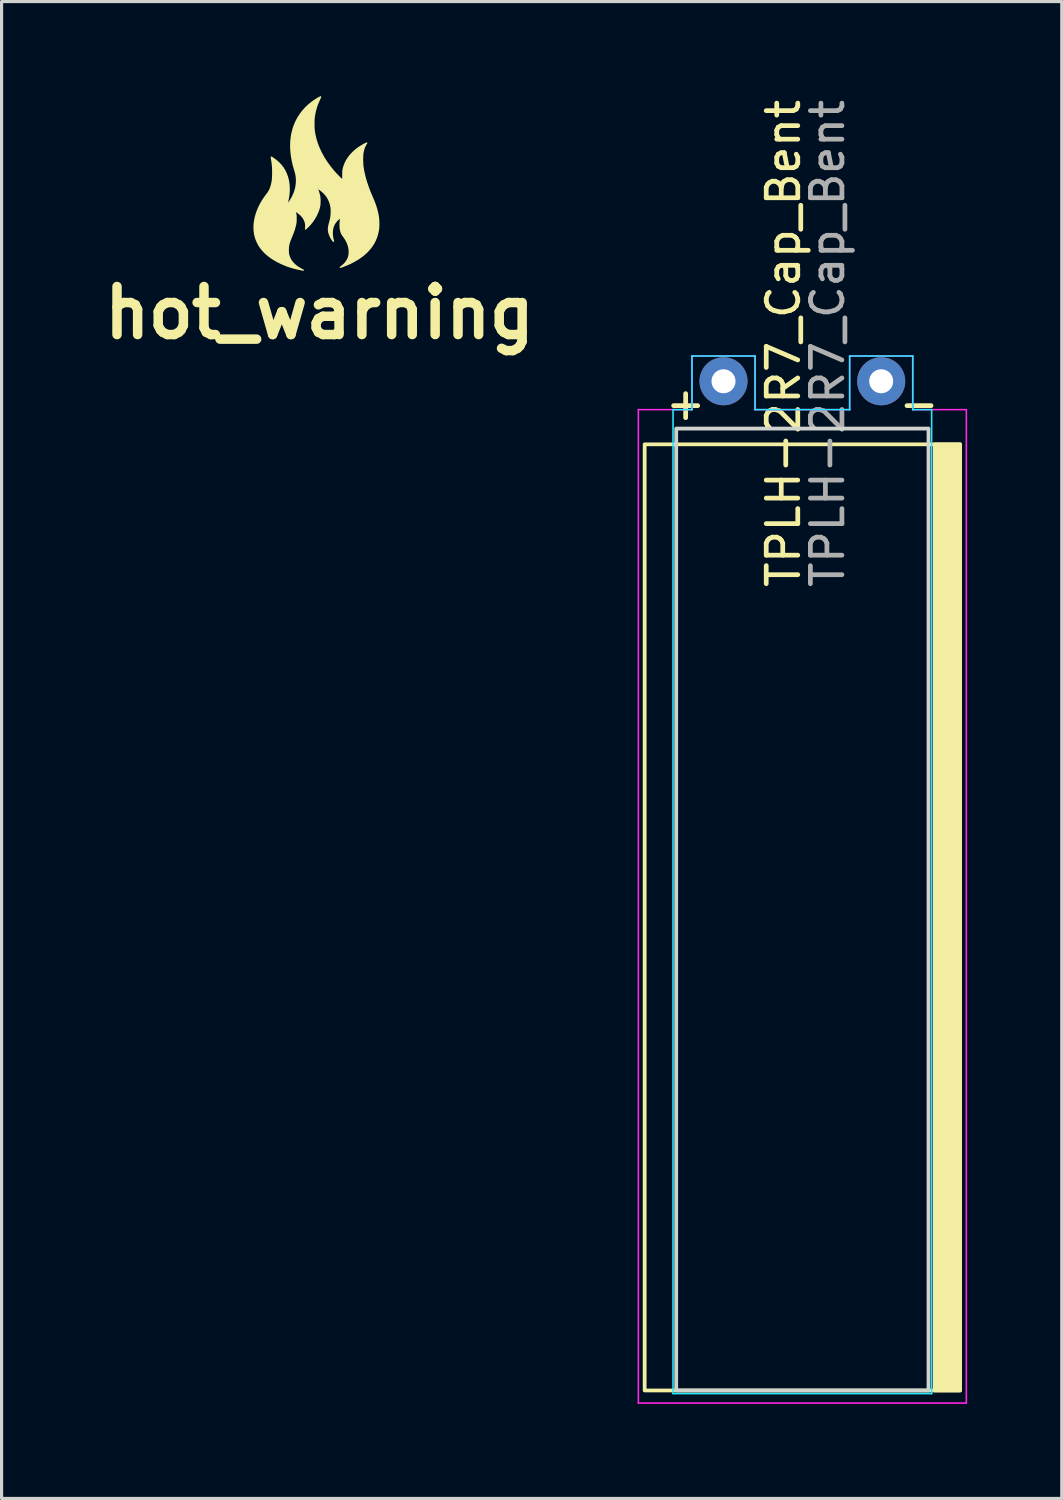
<source format=kicad_pcb>
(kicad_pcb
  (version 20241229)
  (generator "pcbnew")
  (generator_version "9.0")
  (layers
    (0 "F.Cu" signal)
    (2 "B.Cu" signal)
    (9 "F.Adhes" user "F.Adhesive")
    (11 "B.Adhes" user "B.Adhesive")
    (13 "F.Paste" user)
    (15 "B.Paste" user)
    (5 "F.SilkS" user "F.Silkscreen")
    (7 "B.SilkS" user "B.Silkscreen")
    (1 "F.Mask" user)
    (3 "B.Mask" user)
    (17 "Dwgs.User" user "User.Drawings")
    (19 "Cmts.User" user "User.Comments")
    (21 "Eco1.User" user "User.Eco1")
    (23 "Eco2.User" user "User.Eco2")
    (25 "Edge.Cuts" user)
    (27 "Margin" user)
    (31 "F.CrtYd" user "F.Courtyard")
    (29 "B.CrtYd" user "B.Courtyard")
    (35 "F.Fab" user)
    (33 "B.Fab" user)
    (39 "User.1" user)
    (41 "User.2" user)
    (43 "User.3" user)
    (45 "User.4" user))
  (footprint "TPLH-2R7_Cap_Bent"
    (layer "F.Cu")
    (at 22.391 11.039)
    (property "Reference" "TPLH-2R7_Cap_Bent" (at -0.6 -3.2 90) (unlocked yes) (layer "F.SilkS") (effects (font (size 1 1) (thickness 0.15))))
    (attr through_hole)
    (fp_rect (start -5 0) (end 5 30) (stroke (width 0.12) (type solid)) (fill no) (layer "F.SilkS"))
    (fp_rect (start 4.2 0) (end 5 30) (stroke (width 0.12) (type solid)) (fill yes) (layer "F.SilkS"))
    (fp_rect (start -4 -0.5) (end 4 30) (stroke (width 0.12) (type solid)) (fill no) (layer "Edge.Cuts"))
    (fp_line (start -4.1 -1.1) (end -4.1 30.1) (stroke (width 0.05) (type solid)) (layer "B.CrtYd"))
    (fp_line (start -4.1 -1.1) (end -3.5 -1.1) (stroke (width 0.05) (type solid)) (layer "B.CrtYd"))
    (fp_line (start -4.1 30.1) (end 4.1 30.1) (stroke (width 0.05) (type solid)) (layer "B.CrtYd"))
    (fp_line (start -3.5 -2.8) (end -1.5 -2.8) (stroke (width 0.05) (type solid)) (layer "B.CrtYd"))
    (fp_line (start -3.5 -1.1) (end -3.5 -2.8) (stroke (width 0.05) (type solid)) (layer "B.CrtYd"))
    (fp_line (start -1.5 -2.8) (end -1.5 -1.1) (stroke (width 0.05) (type solid)) (layer "B.CrtYd"))
    (fp_line (start -1.5 -1.1) (end 1.5 -1.1) (stroke (width 0.05) (type solid)) (layer "B.CrtYd"))
    (fp_line (start 1.5 -2.8) (end 1.5 -1.1) (stroke (width 0.05) (type solid)) (layer "B.CrtYd"))
    (fp_line (start 3.5 -2.8) (end 1.5 -2.8) (stroke (width 0.05) (type solid)) (layer "B.CrtYd"))
    (fp_line (start 3.5 -1.1) (end 3.5 -2.8) (stroke (width 0.05) (type solid)) (layer "B.CrtYd"))
    (fp_line (start 4.1 -1.1) (end 3.5 -1.1) (stroke (width 0.05) (type solid)) (layer "B.CrtYd"))
    (fp_line (start 4.1 30.1) (end 4.1 -1.1) (stroke (width 0.05) (type solid)) (layer "B.CrtYd"))
    (fp_line (start -5.2 -1.1) (end -3.5 -1.1) (stroke (width 0.05) (type solid)) (layer "F.CrtYd"))
    (fp_line (start -5.2 30.4) (end -5.2 -1.1) (stroke (width 0.05) (type solid)) (layer "F.CrtYd"))
    (fp_line (start -3.5 -2.8) (end -1.5 -2.8) (stroke (width 0.05) (type solid)) (layer "F.CrtYd"))
    (fp_line (start -3.5 -1.1) (end -3.5 -2.8) (stroke (width 0.05) (type solid)) (layer "F.CrtYd"))
    (fp_line (start -1.5 -2.8) (end -1.5 -1.1) (stroke (width 0.05) (type solid)) (layer "F.CrtYd"))
    (fp_line (start -1.5 -1.1) (end 1.5 -1.1) (stroke (width 0.05) (type solid)) (layer "F.CrtYd"))
    (fp_line (start 1.5 -2.8) (end 3.5 -2.8) (stroke (width 0.05) (type solid)) (layer "F.CrtYd"))
    (fp_line (start 1.5 -1.1) (end 1.5 -2.8) (stroke (width 0.05) (type solid)) (layer "F.CrtYd"))
    (fp_line (start 3.5 -2.8) (end 3.5 -1.1) (stroke (width 0.05) (type solid)) (layer "F.CrtYd"))
    (fp_line (start 3.5 -1.1) (end 5.2 -1.1) (stroke (width 0.05) (type solid)) (layer "F.CrtYd"))
    (fp_line (start 5.2 -1.1) (end 5.2 30.4) (stroke (width 0.05) (type solid)) (layer "F.CrtYd"))
    (fp_line (start 5.2 30.4) (end -5.2 30.4) (stroke (width 0.05) (type solid)) (layer "F.CrtYd"))
    (fp_text user "+" (at -3.7 -1.3 0) (unlocked yes) (layer "F.SilkS") (effects (font (size 1 1) (thickness 0.15))))
    (fp_text user "-" (at 3.7 -1.3 0) (unlocked yes) (layer "F.SilkS") (effects (font (size 1 1) (thickness 0.15))))
    (fp_text user "${REFERENCE}" (at 0.8 -3.2 90) (unlocked yes) (layer "F.Fab") (effects (font (size 1 1) (thickness 0.15))))
    (pad "1" thru_hole circle (at -2.5 -2) (size 1.524 1.524) (drill 0.762) (layers "*.Cu" "*.Mask"))
    (pad "2" thru_hole circle (at 2.5 -2) (size 1.524 1.524) (drill 0.762) (layers "*.Cu" "*.Mask")))
  (footprint "hot_warning"
    (layer "F.Cu")
    (at 6.983 2.769)
    (property "Reference" "hot_warning" (at 0.1 4.1 0) (layer "F.SilkS") (effects (font (size 1.524 1.524) (thickness 0.3))))
    (attr board_only exclude_from_pos_files exclude_from_bom)
    (fp_poly (pts (xy 0.147 -2.764) (xy 0.152 -2.758) (xy 0.154 -2.752) (xy 0.152 -2.742) (xy 0.147 -2.727) (xy 0.137 -2.705) (xy 0.123 -2.675) (xy 0.122 -2.672) (xy 0.072 -2.559) (xy 0.03 -2.449) (xy -0.003 -2.337) (xy -0.03 -2.222) (xy -0.046 -2.13) (xy -0.05 -2.103) (xy -0.053 -2.077) (xy -0.055 -2.052) (xy -0.057 -2.024) (xy -0.058 -1.991) (xy -0.059 -1.952) (xy -0.059 -1.905) (xy -0.059 -1.893) (xy -0.059 -1.835) (xy -0.058 -1.785) (xy -0.056 -1.741) (xy -0.052 -1.701) (xy -0.048 -1.661) (xy -0.041 -1.62) (xy -0.033 -1.574) (xy -0.025 -1.534) (xy 0.008 -1.395) (xy 0.053 -1.256) (xy 0.108 -1.116) (xy 0.175 -0.977) (xy 0.251 -0.839) (xy 0.338 -0.701) (xy 0.435 -0.566) (xy 0.542 -0.432) (xy 0.573 -0.396) (xy 0.598 -0.368) (xy 0.627 -0.336) (xy 0.657 -0.303) (xy 0.689 -0.271) (xy 0.719 -0.239) (xy 0.746 -0.212) (xy 0.77 -0.189) (xy 0.788 -0.172) (xy 0.791 -0.17) (xy 0.817 -0.148) (xy 0.817 -0.273) (xy 0.817 -0.329) (xy 0.819 -0.376) (xy 0.823 -0.417) (xy 0.829 -0.456) (xy 0.837 -0.494) (xy 0.849 -0.534) (xy 0.863 -0.576) (xy 0.9 -0.668) (xy 0.947 -0.757) (xy 1.005 -0.844) (xy 1.072 -0.928) (xy 1.148 -1.007) (xy 1.232 -1.083) (xy 1.324 -1.153) (xy 1.423 -1.217) (xy 1.529 -1.276) (xy 1.533 -1.278) (xy 1.566 -1.293) (xy 1.591 -1.301) (xy 1.608 -1.302) (xy 1.616 -1.296) (xy 1.616 -1.284) (xy 1.606 -1.264) (xy 1.597 -1.25) (xy 1.568 -1.202) (xy 1.542 -1.143) (xy 1.519 -1.077) (xy 1.501 -1.002) (xy 1.496 -0.978) (xy 1.491 -0.943) (xy 1.487 -0.898) (xy 1.485 -0.848) (xy 1.483 -0.793) (xy 1.483 -0.736) (xy 1.484 -0.679) (xy 1.487 -0.626) (xy 1.49 -0.578) (xy 1.494 -0.546) (xy 1.513 -0.422) (xy 1.54 -0.295) (xy 1.572 -0.166) (xy 1.612 -0.033) (xy 1.66 0.106) (xy 1.714 0.25) (xy 1.777 0.4) (xy 1.798 0.449) (xy 1.849 0.569) (xy 1.891 0.683) (xy 1.926 0.794) (xy 1.954 0.902) (xy 1.976 1.012) (xy 1.987 1.085) (xy 1.992 1.129) (xy 1.995 1.18) (xy 1.997 1.236) (xy 1.997 1.294) (xy 1.996 1.35) (xy 1.993 1.402) (xy 1.989 1.447) (xy 1.987 1.464) (xy 1.964 1.582) (xy 1.931 1.695) (xy 1.888 1.803) (xy 1.836 1.906) (xy 1.773 2.004) (xy 1.7 2.097) (xy 1.617 2.187) (xy 1.524 2.272) (xy 1.448 2.332) (xy 1.364 2.391) (xy 1.272 2.448) (xy 1.173 2.504) (xy 1.069 2.556) (xy 0.962 2.603) (xy 0.855 2.645) (xy 0.816 2.659) (xy 0.788 2.669) (xy 0.769 2.674) (xy 0.757 2.677) (xy 0.749 2.676) (xy 0.744 2.673) (xy 0.736 2.663) (xy 0.737 2.652) (xy 0.748 2.639) (xy 0.767 2.624) (xy 0.834 2.571) (xy 0.891 2.515) (xy 0.937 2.455) (xy 0.974 2.391) (xy 1.001 2.322) (xy 1.003 2.314) (xy 1.017 2.246) (xy 1.022 2.174) (xy 1.018 2.099) (xy 1.005 2.022) (xy 0.983 1.945) (xy 0.953 1.868) (xy 0.914 1.794) (xy 0.868 1.723) (xy 0.864 1.718) (xy 0.838 1.682) (xy 0.817 1.652) (xy 0.802 1.628) (xy 0.789 1.608) (xy 0.78 1.588) (xy 0.772 1.569) (xy 0.768 1.56) (xy 0.75 1.497) (xy 0.737 1.426) (xy 0.731 1.349) (xy 0.731 1.268) (xy 0.738 1.185) (xy 0.744 1.139) (xy 0.748 1.116) (xy 0.712 1.145) (xy 0.663 1.19) (xy 0.62 1.243) (xy 0.582 1.302) (xy 0.554 1.364) (xy 0.537 1.418) (xy 0.526 1.481) (xy 0.521 1.55) (xy 0.523 1.622) (xy 0.531 1.695) (xy 0.545 1.765) (xy 0.551 1.788) (xy 0.558 1.813) (xy 0.561 1.83) (xy 0.561 1.84) (xy 0.559 1.845) (xy 0.55 1.853) (xy 0.54 1.853) (xy 0.528 1.846) (xy 0.513 1.831) (xy 0.494 1.807) (xy 0.479 1.788) (xy 0.439 1.724) (xy 0.406 1.654) (xy 0.381 1.582) (xy 0.37 1.532) (xy 0.364 1.495) (xy 0.362 1.459) (xy 0.362 1.424) (xy 0.366 1.386) (xy 0.373 1.344) (xy 0.384 1.297) (xy 0.398 1.241) (xy 0.403 1.223) (xy 0.42 1.161) (xy 0.432 1.105) (xy 0.441 1.052) (xy 0.447 0.997) (xy 0.45 0.938) (xy 0.451 0.925) (xy 0.451 0.867) (xy 0.45 0.816) (xy 0.446 0.77) (xy 0.439 0.725) (xy 0.429 0.679) (xy 0.426 0.667) (xy 0.397 0.579) (xy 0.359 0.496) (xy 0.31 0.417) (xy 0.251 0.344) (xy 0.221 0.312) (xy 0.196 0.289) (xy 0.168 0.264) (xy 0.138 0.24) (xy 0.11 0.219) (xy 0.086 0.202) (xy 0.073 0.194) (xy 0.057 0.186) (xy 0.069 0.216) (xy 0.096 0.293) (xy 0.118 0.378) (xy 0.12 0.385) (xy 0.127 0.429) (xy 0.131 0.481) (xy 0.134 0.538) (xy 0.133 0.596) (xy 0.13 0.652) (xy 0.124 0.703) (xy 0.12 0.729) (xy 0.096 0.823) (xy 0.061 0.919) (xy 0.017 1.015) (xy -0.036 1.11) (xy -0.097 1.203) (xy -0.145 1.266) (xy -0.164 1.289) (xy -0.187 1.315) (xy -0.212 1.342) (xy -0.238 1.369) (xy -0.264 1.395) (xy -0.289 1.419) (xy -0.31 1.439) (xy -0.327 1.454) (xy -0.339 1.462) (xy -0.343 1.464) (xy -0.355 1.462) (xy -0.361 1.454) (xy -0.364 1.44) (xy -0.362 1.418) (xy -0.361 1.407) (xy -0.357 1.338) (xy -0.364 1.271) (xy -0.381 1.206) (xy -0.41 1.143) (xy -0.449 1.082) (xy -0.499 1.024) (xy -0.515 1.008) (xy -0.533 0.993) (xy -0.553 0.976) (xy -0.576 0.958) (xy -0.598 0.942) (xy -0.618 0.928) (xy -0.634 0.917) (xy -0.645 0.912) (xy -0.648 0.911) (xy -0.647 0.917) (xy -0.644 0.932) (xy -0.639 0.951) (xy -0.637 0.958) (xy -0.633 0.976) (xy -0.63 0.992) (xy -0.627 1.01) (xy -0.626 1.032) (xy -0.625 1.06) (xy -0.625 1.097) (xy -0.625 1.113) (xy -0.625 1.16) (xy -0.627 1.2) (xy -0.629 1.235) (xy -0.634 1.269) (xy -0.641 1.305) (xy -0.651 1.346) (xy -0.661 1.387) (xy -0.686 1.473) (xy -0.719 1.566) (xy -0.757 1.665) (xy -0.77 1.695) (xy -0.797 1.76) (xy -0.819 1.817) (xy -0.836 1.867) (xy -0.85 1.913) (xy -0.86 1.956) (xy -0.867 1.998) (xy -0.871 2.041) (xy -0.873 2.087) (xy -0.873 2.108) (xy -0.872 2.149) (xy -0.871 2.182) (xy -0.869 2.209) (xy -0.865 2.233) (xy -0.863 2.246) (xy -0.839 2.323) (xy -0.805 2.396) (xy -0.761 2.464) (xy -0.706 2.527) (xy -0.641 2.586) (xy -0.566 2.641) (xy -0.48 2.691) (xy -0.462 2.7) (xy -0.435 2.714) (xy -0.416 2.725) (xy -0.404 2.733) (xy -0.398 2.74) (xy -0.396 2.746) (xy -0.399 2.759) (xy -0.409 2.767) (xy -0.415 2.768) (xy -0.423 2.767) (xy -0.439 2.764) (xy -0.462 2.759) (xy -0.49 2.753) (xy -0.51 2.749) (xy -0.606 2.728) (xy -0.693 2.707) (xy -0.773 2.686) (xy -0.847 2.663) (xy -0.916 2.64) (xy -0.984 2.614) (xy -0.988 2.613) (xy -1.127 2.553) (xy -1.256 2.489) (xy -1.375 2.42) (xy -1.484 2.346) (xy -1.582 2.268) (xy -1.67 2.186) (xy -1.748 2.099) (xy -1.816 2.008) (xy -1.824 1.995) (xy -1.849 1.953) (xy -1.875 1.904) (xy -1.901 1.851) (xy -1.923 1.799) (xy -1.941 1.751) (xy -1.946 1.738) (xy -1.974 1.631) (xy -1.991 1.521) (xy -1.998 1.408) (xy -1.994 1.293) (xy -1.979 1.175) (xy -1.954 1.054) (xy -1.918 0.932) (xy -1.883 0.839) (xy -1.836 0.729) (xy -1.782 0.623) (xy -1.721 0.52) (xy -1.651 0.417) (xy -1.595 0.342) (xy -1.555 0.289) (xy -1.524 0.239) (xy -1.498 0.191) (xy -1.476 0.14) (xy -1.467 0.113) (xy -1.449 0.054) (xy -1.434 -0.003) (xy -1.423 -0.061) (xy -1.414 -0.121) (xy -1.409 -0.187) (xy -1.406 -0.258) (xy -1.405 -0.339) (xy -1.405 -0.342) (xy -1.406 -0.419) (xy -1.408 -0.489) (xy -1.412 -0.554) (xy -1.419 -0.618) (xy -1.427 -0.685) (xy -1.439 -0.756) (xy -1.445 -0.796) (xy -1.448 -0.826) (xy -1.448 -0.845) (xy -1.443 -0.856) (xy -1.433 -0.858) (xy -1.417 -0.853) (xy -1.394 -0.84) (xy -1.365 -0.821) (xy -1.27 -0.753) (xy -1.185 -0.678) (xy -1.108 -0.598) (xy -1.041 -0.511) (xy -0.984 -0.418) (xy -0.937 -0.319) (xy -0.899 -0.215) (xy -0.871 -0.106) (xy -0.868 -0.093) (xy -0.85 0.028) (xy -0.843 0.152) (xy -0.846 0.278) (xy -0.86 0.407) (xy -0.884 0.536) (xy -0.887 0.551) (xy -0.892 0.573) (xy -0.895 0.59) (xy -0.897 0.601) (xy -0.897 0.603) (xy -0.893 0.599) (xy -0.884 0.588) (xy -0.871 0.57) (xy -0.856 0.547) (xy -0.84 0.52) (xy -0.822 0.491) (xy -0.805 0.462) (xy -0.789 0.433) (xy -0.775 0.408) (xy -0.769 0.396) (xy -0.724 0.294) (xy -0.69 0.194) (xy -0.667 0.093) (xy -0.654 -0.008) (xy -0.651 -0.112) (xy -0.652 -0.127) (xy -0.655 -0.178) (xy -0.659 -0.224) (xy -0.666 -0.268) (xy -0.676 -0.313) (xy -0.689 -0.363) (xy -0.703 -0.41) (xy -0.75 -0.573) (xy -0.786 -0.732) (xy -0.812 -0.886) (xy -0.829 -1.036) (xy -0.835 -1.183) (xy -0.831 -1.326) (xy -0.819 -1.452) (xy -0.796 -1.591) (xy -0.762 -1.726) (xy -0.718 -1.855) (xy -0.665 -1.98) (xy -0.601 -2.099) (xy -0.528 -2.212) (xy -0.446 -2.32) (xy -0.354 -2.421) (xy -0.254 -2.515) (xy -0.144 -2.603) (xy -0.071 -2.654) (xy -0.041 -2.674) (xy -0.008 -2.694) (xy 0.025 -2.713) (xy 0.056 -2.731) (xy 0.085 -2.747) (xy 0.109 -2.759) (xy 0.127 -2.766) (xy 0.137 -2.769)) (stroke (width 0) (type solid)) (fill yes) (layer "F.SilkS")))
  (gr_rect
    (start -3 -3)
    (end 30.616 44.464)
    (stroke (width 0.1) (type default))
    (fill no)
    (layer "Edge.Cuts")))
</source>
